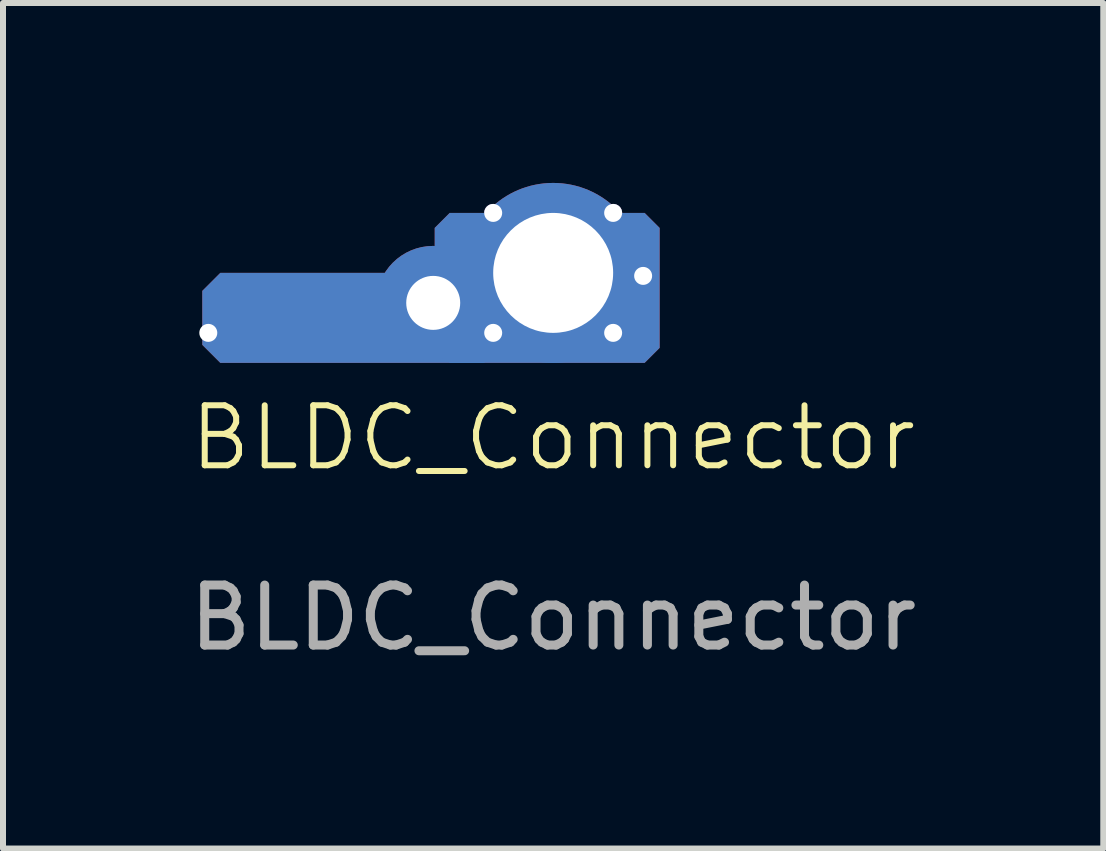
<source format=kicad_pcb>
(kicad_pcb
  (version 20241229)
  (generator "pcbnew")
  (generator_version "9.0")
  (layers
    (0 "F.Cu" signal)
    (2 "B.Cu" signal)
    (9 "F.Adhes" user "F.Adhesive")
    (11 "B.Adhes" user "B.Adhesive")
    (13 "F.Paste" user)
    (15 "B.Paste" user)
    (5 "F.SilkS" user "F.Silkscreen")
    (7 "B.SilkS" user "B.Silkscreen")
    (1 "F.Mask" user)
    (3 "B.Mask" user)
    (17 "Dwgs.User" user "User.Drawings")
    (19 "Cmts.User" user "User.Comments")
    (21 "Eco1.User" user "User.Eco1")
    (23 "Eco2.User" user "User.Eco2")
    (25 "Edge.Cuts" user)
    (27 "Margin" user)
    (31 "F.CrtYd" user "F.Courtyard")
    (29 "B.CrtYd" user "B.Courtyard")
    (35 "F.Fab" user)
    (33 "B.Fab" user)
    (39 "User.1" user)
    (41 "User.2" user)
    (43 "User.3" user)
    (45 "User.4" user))
  (footprint "BLDC_Connector"
    (layer "F.Cu")
    (at 6.173 1.75)
    (property "Reference" "BLDC_Connector" (at 0 2.5 0) (unlocked yes) (layer "F.SilkS") (effects (font (size 1 1) (thickness 0.1))))
    (attr through_hole)
    (fp_text user "${REFERENCE}" (at 0 5.5 0) (unlocked yes) (layer "F.Fab") (effects (font (size 1 1) (thickness 0.15))))
    (pad "1" thru_hole roundrect (at -5.75 0.75) (size 5 1.5) (drill 0.3 (offset 2.4 -0.25)) (layers "*.Cu" "*.Mask") (roundrect_rratio 0) (chamfer_ratio 0.2) (chamfer top_left top_right bottom_left bottom_right))
    (pad "1" thru_hole circle (at -2 0.25) (size 1.9 1.9) (drill 0.9) (layers "*.Cu" "*.Mask"))
    (pad "1" thru_hole circle (at -1 -1.25) (size 0.3 0.3) (drill 0.3) (layers "*.Cu" "*.Mask"))
    (pad "1" thru_hole circle (at -1 0.75) (size 0.3 0.3) (drill 0.3) (layers "*.Cu" "*.Mask"))
    (pad "1" thru_hole circle (at 0 -0.25) (size 3 3) (drill 2) (layers "*.Cu" "*.Mask"))
    (pad "1" thru_hole circle (at 1 -1.25) (size 0.3 0.3) (drill 0.3) (layers "*.Cu" "*.Mask"))
    (pad "1" thru_hole circle (at 1 0.75) (size 0.3 0.3) (drill 0.3) (layers "*.Cu" "*.Mask"))
    (pad "1" thru_hole roundrect (at 1.5 -0.2) (size 3.75 2.5) (drill 0.3 (offset -1.6 0.2)) (layers "*.Cu" "*.Mask") (roundrect_rratio 0) (chamfer_ratio 0.1) (chamfer top_left top_right bottom_left bottom_right)))
  (gr_rect
    (start -3 -3)
    (end 15.345 11.098)
    (stroke (width 0.1) (type default))
    (fill no)
    (layer "Edge.Cuts")))
</source>
